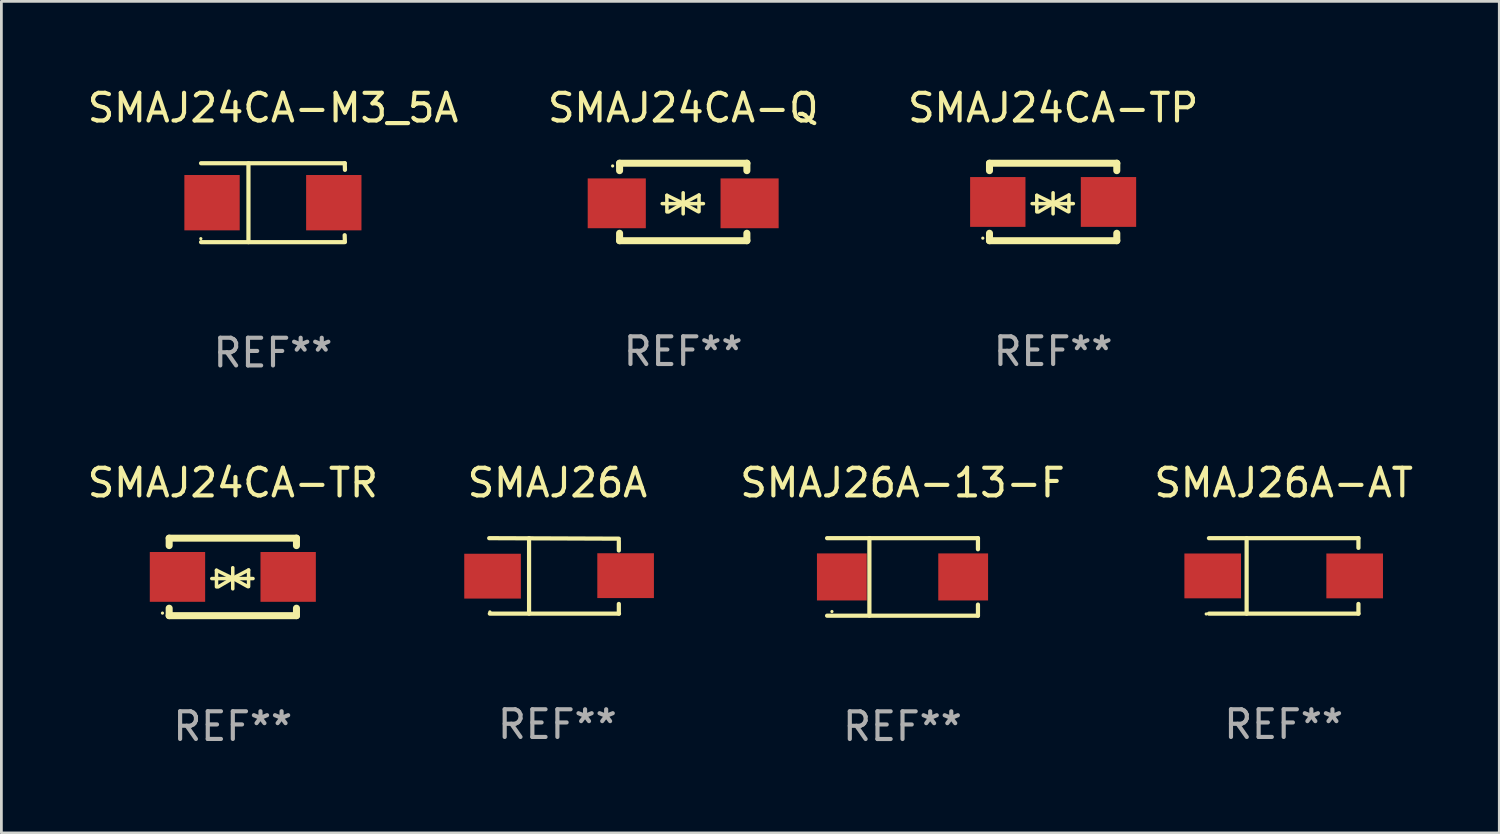
<source format=kicad_pcb>
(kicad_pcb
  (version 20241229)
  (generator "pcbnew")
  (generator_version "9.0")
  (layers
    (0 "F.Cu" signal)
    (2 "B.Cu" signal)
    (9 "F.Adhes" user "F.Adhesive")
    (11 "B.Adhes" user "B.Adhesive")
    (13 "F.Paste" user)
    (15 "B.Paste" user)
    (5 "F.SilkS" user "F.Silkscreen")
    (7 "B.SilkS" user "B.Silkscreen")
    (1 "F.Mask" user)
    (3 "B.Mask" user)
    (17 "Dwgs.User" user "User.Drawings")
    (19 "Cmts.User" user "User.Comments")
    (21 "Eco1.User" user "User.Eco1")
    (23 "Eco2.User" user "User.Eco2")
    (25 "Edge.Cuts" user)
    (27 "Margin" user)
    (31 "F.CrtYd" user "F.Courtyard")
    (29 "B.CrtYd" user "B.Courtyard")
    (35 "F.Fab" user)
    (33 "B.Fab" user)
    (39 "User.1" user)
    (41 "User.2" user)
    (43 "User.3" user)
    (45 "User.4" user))
  (footprint "SMAJ26A-13-F"
    (layer "F.Cu")
    (at 29.563 17.798)
    (property "Reference" "SMAJ26A-13-F" (at 0 -3.401 0) (layer "F.SilkS") (effects (font (size 1 1) (thickness 0.15))))
    (attr through_hole)
    (fp_line (start -2.726 -1.401) (end 2.726 -1.401) (stroke (width 0.152) (type solid)) (layer "F.SilkS"))
    (fp_line (start -2.726 1.401) (end 2.726 1.401) (stroke (width 0.152) (type solid)) (layer "F.SilkS"))
    (fp_line (start -1.197 -1.401) (end -1.197 1.401) (stroke (width 0.152) (type solid)) (layer "F.SilkS"))
    (fp_line (start 2.726 -1.401) (end 2.726 -1) (stroke (width 0.152) (type solid)) (layer "F.SilkS"))
    (fp_line (start 2.726 1.401) (end 2.726 1) (stroke (width 0.152) (type solid)) (layer "F.SilkS"))
    (fp_circle (center -2.55 1.25) (end -2.52 1.25) (stroke (width 0.06) (type solid)) (fill no) (layer "F.SilkS"))
    (fp_text user "REF**" (at 0 5.401 0) (layer "F.Fab") (effects (font (size 1 1) (thickness 0.15))))
    (pad "1" smd rect (at -2.192 0) (size 1.8 1.7) (layers "F.Cu" "F.Mask" "F.Paste"))
    (pad "2" smd rect (at 2.192 0) (size 1.8 1.7) (layers "F.Cu" "F.Mask" "F.Paste")))
  (footprint "SMAJ24CA-TR"
    (layer "F.Cu")
    (at 5.363 17.797)
    (property "Reference" "SMAJ24CA-TR" (at 0 -3.4 0) (layer "F.SilkS") (effects (font (size 1 1) (thickness 0.15))))
    (attr through_hole)
    (fp_line (start -2.3 -1.4) (end -2.3 -1.131) (stroke (width 0.254) (type solid)) (layer "F.SilkS"))
    (fp_line (start -2.3 -1.4) (end 2.3 -1.4) (stroke (width 0.254) (type solid)) (layer "F.SilkS"))
    (fp_line (start -2.3 1.131) (end -2.3 1.4) (stroke (width 0.254) (type solid)) (layer "F.SilkS"))
    (fp_line (start -2.3 1.4) (end 2.3 1.4) (stroke (width 0.254) (type solid)) (layer "F.SilkS"))
    (fp_line (start -0.76 0.06) (end 0.73 0.06) (stroke (width 0.127) (type solid)) (layer "F.SilkS"))
    (fp_line (start -0.59 -0.24) (end -0.59 0.36) (stroke (width 0.127) (type solid)) (layer "F.SilkS"))
    (fp_line (start -0.59 -0.24) (end -0.002 0.049) (stroke (width 0.127) (type solid)) (layer "F.SilkS"))
    (fp_line (start -0.53 0.36) (end -0.002 0.049) (stroke (width 0.127) (type solid)) (layer "F.SilkS"))
    (fp_line (start -0.002 0.049) (end -0.002 -0.332) (stroke (width 0.127) (type solid)) (layer "F.SilkS"))
    (fp_line (start -0.002 0.049) (end -0.002 0.43) (stroke (width 0.127) (type solid)) (layer "F.SilkS"))
    (fp_line (start 0.54 0.35) (end -0.002 0.049) (stroke (width 0.127) (type solid)) (layer "F.SilkS"))
    (fp_line (start 0.57 -0.25) (end -0.002 0.049) (stroke (width 0.127) (type solid)) (layer "F.SilkS"))
    (fp_line (start 0.57 -0.25) (end 0.57 0.35) (stroke (width 0.127) (type solid)) (layer "F.SilkS"))
    (fp_line (start 2.3 -1.4) (end 2.3 -1.131) (stroke (width 0.254) (type solid)) (layer "F.SilkS"))
    (fp_line (start 2.3 1.131) (end 2.3 1.4) (stroke (width 0.254) (type solid)) (layer "F.SilkS"))
    (fp_circle (center -2.542 1.308) (end -2.512 1.308) (stroke (width 0.06) (type solid)) (fill no) (layer "F.SilkS"))
    (fp_text user "REF**" (at 0 5.4 0) (layer "F.Fab") (effects (font (size 1 1) (thickness 0.15))))
    (pad "1" smd rect (at -2 0) (size 2 1.8) (layers "F.Cu" "F.Mask" "F.Paste"))
    (pad "2" smd rect (at 2 0) (size 2 1.8) (layers "F.Cu" "F.Mask" "F.Paste")))
  (footprint "SMAJ24CA-M3_5A"
    (layer "F.Cu")
    (at 6.815 4.274)
    (property "Reference" "SMAJ24CA-M3_5A" (at 0 -3.426 0) (layer "F.SilkS") (effects (font (size 1 1) (thickness 0.15))))
    (attr through_hole)
    (fp_line (start -2.6 -1.426) (end 2.593 -1.426) (stroke (width 0.152) (type solid)) (layer "F.SilkS"))
    (fp_line (start -2.6 1.426) (end 2.593 1.426) (stroke (width 0.152) (type solid)) (layer "F.SilkS"))
    (fp_line (start -0.887 -1.426) (end -0.887 1.426) (stroke (width 0.152) (type solid)) (layer "F.SilkS"))
    (fp_line (start 2.59 1.176) (end 2.597 1.415) (stroke (width 0.152) (type solid)) (layer "F.SilkS"))
    (fp_line (start 2.593 -1.426) (end 2.6 -1.187) (stroke (width 0.152) (type solid)) (layer "F.SilkS"))
    (fp_circle (center -2.608 1.3) (end -2.578 1.3) (stroke (width 0.06) (type solid)) (fill no) (layer "F.SilkS"))
    (fp_text user "REF**" (at 0 5.426 0) (layer "F.Fab") (effects (font (size 1 1) (thickness 0.15))))
    (pad "1" smd rect (at -2.203 0 180) (size 2 2) (layers "F.Cu" "F.Mask" "F.Paste"))
    (pad "2" smd rect (at 2.197 0 180) (size 2 2) (layers "F.Cu" "F.Mask" "F.Paste")))
  (footprint "SMAJ24CA-Q"
    (layer "F.Cu")
    (at 21.637 4.248)
    (property "Reference" "SMAJ24CA-Q" (at 0 -3.4 0) (layer "F.SilkS") (effects (font (size 1 1) (thickness 0.15))))
    (attr through_hole)
    (fp_line (start -2.298 -1.4) (end -2.298 -1.131) (stroke (width 0.254) (type solid)) (layer "F.SilkS"))
    (fp_line (start -2.298 -1.4) (end 2.302 -1.4) (stroke (width 0.254) (type solid)) (layer "F.SilkS"))
    (fp_line (start -2.298 1.131) (end -2.298 1.4) (stroke (width 0.254) (type solid)) (layer "F.SilkS"))
    (fp_line (start -2.298 1.4) (end 2.302 1.4) (stroke (width 0.254) (type solid)) (layer "F.SilkS"))
    (fp_line (start -0.758 0.06) (end 0.732 0.06) (stroke (width 0.127) (type solid)) (layer "F.SilkS"))
    (fp_line (start -0.588 -0.24) (end -0.588 0.36) (stroke (width 0.127) (type solid)) (layer "F.SilkS"))
    (fp_line (start -0.588 -0.24) (end 0.000025 0.049) (stroke (width 0.127) (type solid)) (layer "F.SilkS"))
    (fp_line (start -0.528 0.36) (end 0.000025 0.049) (stroke (width 0.127) (type solid)) (layer "F.SilkS"))
    (fp_line (start 0.000025 0.049) (end 0.000025 -0.332) (stroke (width 0.127) (type solid)) (layer "F.SilkS"))
    (fp_line (start 0.000025 0.049) (end 0.000025 0.43) (stroke (width 0.127) (type solid)) (layer "F.SilkS"))
    (fp_line (start 0.542 0.35) (end 0.000025 0.049) (stroke (width 0.127) (type solid)) (layer "F.SilkS"))
    (fp_line (start 0.572 -0.25) (end 0.000025 0.049) (stroke (width 0.127) (type solid)) (layer "F.SilkS"))
    (fp_line (start 0.572 -0.25) (end 0.572 0.35) (stroke (width 0.127) (type solid)) (layer "F.SilkS"))
    (fp_line (start 2.302 -1.4) (end 2.302 -1.131) (stroke (width 0.254) (type solid)) (layer "F.SilkS"))
    (fp_line (start 2.302 1.131) (end 2.302 1.4) (stroke (width 0.254) (type solid)) (layer "F.SilkS"))
    (fp_circle (center -2.549 -1.301) (end -2.519 -1.301) (stroke (width 0.06) (type solid)) (fill no) (layer "F.SilkS"))
    (fp_text user "REF**" (at 0 5.4 0) (layer "F.Fab") (effects (font (size 1 1) (thickness 0.15))))
    (pad "1" smd rect (at -2.4 0.049) (size 2.1 1.8) (layers "F.Cu" "F.Mask" "F.Paste"))
    (pad "2" smd rect (at 2.4 0.049) (size 2.1 1.8) (layers "F.Cu" "F.Mask" "F.Paste")))
  (footprint "SMAJ24CA-TP"
    (layer "F.Cu")
    (at 35.006 4.248)
    (property "Reference" "SMAJ24CA-TP" (at 0 -3.4 0) (layer "F.SilkS") (effects (font (size 1 1) (thickness 0.15))))
    (attr through_hole)
    (fp_line (start -2.3 -1.4) (end -2.3 -1.131) (stroke (width 0.254) (type solid)) (layer "F.SilkS"))
    (fp_line (start -2.3 -1.4) (end 2.3 -1.4) (stroke (width 0.254) (type solid)) (layer "F.SilkS"))
    (fp_line (start -2.3 1.131) (end -2.3 1.4) (stroke (width 0.254) (type solid)) (layer "F.SilkS"))
    (fp_line (start -2.3 1.4) (end 2.3 1.4) (stroke (width 0.254) (type solid)) (layer "F.SilkS"))
    (fp_line (start -0.76 0.06) (end 0.73 0.06) (stroke (width 0.127) (type solid)) (layer "F.SilkS"))
    (fp_line (start -0.59 -0.24) (end -0.59 0.36) (stroke (width 0.127) (type solid)) (layer "F.SilkS"))
    (fp_line (start -0.59 -0.24) (end -0.002 0.049) (stroke (width 0.127) (type solid)) (layer "F.SilkS"))
    (fp_line (start -0.53 0.36) (end -0.002 0.049) (stroke (width 0.127) (type solid)) (layer "F.SilkS"))
    (fp_line (start -0.002 0.049) (end -0.002 -0.332) (stroke (width 0.127) (type solid)) (layer "F.SilkS"))
    (fp_line (start -0.002 0.049) (end -0.002 0.43) (stroke (width 0.127) (type solid)) (layer "F.SilkS"))
    (fp_line (start 0.54 0.35) (end -0.002 0.049) (stroke (width 0.127) (type solid)) (layer "F.SilkS"))
    (fp_line (start 0.57 -0.25) (end -0.002 0.049) (stroke (width 0.127) (type solid)) (layer "F.SilkS"))
    (fp_line (start 0.57 -0.25) (end 0.57 0.35) (stroke (width 0.127) (type solid)) (layer "F.SilkS"))
    (fp_line (start 2.3 -1.4) (end 2.3 -1.131) (stroke (width 0.254) (type solid)) (layer "F.SilkS"))
    (fp_line (start 2.3 1.131) (end 2.3 1.4) (stroke (width 0.254) (type solid)) (layer "F.SilkS"))
    (fp_circle (center -2.542 1.308) (end -2.512 1.308) (stroke (width 0.06) (type solid)) (fill no) (layer "F.SilkS"))
    (fp_text user "REF**" (at 0 5.4 0) (layer "F.Fab") (effects (font (size 1 1) (thickness 0.15))))
    (pad "1" smd rect (at -2 0) (size 2 1.8) (layers "F.Cu" "F.Mask" "F.Paste"))
    (pad "2" smd rect (at 2 0) (size 2 1.8) (layers "F.Cu" "F.Mask" "F.Paste")))
  (footprint "SMAJ26A"
    (layer "F.Cu")
    (at 17.092 17.761)
    (property "Reference" "SMAJ26A" (at 0 -3.364 0) (layer "F.SilkS") (effects (font (size 1 1) (thickness 0.15))))
    (attr through_hole)
    (fp_line (start -2.465 -1.364) (end 2.22 -1.346) (stroke (width 0.152) (type solid)) (layer "F.SilkS"))
    (fp_line (start -2.442 1.364) (end 2.226 1.364) (stroke (width 0.152) (type solid)) (layer "F.SilkS"))
    (fp_line (start -1.024 -1.364) (end -1.024 1.364) (stroke (width 0.152) (type solid)) (layer "F.SilkS"))
    (fp_line (start 2.22 -1.27) (end 2.22 -0.919) (stroke (width 0.152) (type solid)) (layer "F.SilkS"))
    (fp_line (start 2.22 1.364) (end 2.22 1.013) (stroke (width 0.152) (type solid)) (layer "F.SilkS"))
    (fp_circle (center -2.439 1.3) (end -2.409 1.3) (stroke (width 0.06) (type solid)) (fill no) (layer "F.SilkS"))
    (fp_text user "REF**" (at 0 5.364 0) (layer "F.Fab") (effects (font (size 1 1) (thickness 0.15))))
    (pad "1" smd rect (at -2.343 0.009) (size 2.046 1.62) (layers "F.Cu" "F.Mask" "F.Paste"))
    (pad "2" smd rect (at 2.465 -0.009 180) (size 2.046 1.62) (layers "F.Cu" "F.Mask" "F.Paste")))
  (footprint "SMAJ26A-AT"
    (layer "F.Cu")
    (at 43.337 17.761)
    (property "Reference" "SMAJ26A-AT" (at 0 -3.364 0) (layer "F.SilkS") (effects (font (size 1 1) (thickness 0.15))))
    (attr through_hole)
    (fp_line (start -2.701 -1.364) (end 2.701 -1.364) (stroke (width 0.152) (type solid)) (layer "F.SilkS"))
    (fp_line (start -2.701 1.364) (end 2.701 1.364) (stroke (width 0.152) (type solid)) (layer "F.SilkS"))
    (fp_line (start -1.339 -1.364) (end -1.339 1.364) (stroke (width 0.152) (type solid)) (layer "F.SilkS"))
    (fp_line (start 2.701 -1.364) (end 2.701 -1.013) (stroke (width 0.152) (type solid)) (layer "F.SilkS"))
    (fp_line (start 2.701 1.364) (end 2.701 1.013) (stroke (width 0.152) (type solid)) (layer "F.SilkS"))
    (fp_circle (center -2.8 1.375) (end -2.77 1.375) (stroke (width 0.06) (type solid)) (fill no) (layer "F.SilkS"))
    (fp_text user "REF**" (at 0 5.364 0) (layer "F.Fab") (effects (font (size 1 1) (thickness 0.15))))
    (pad "1" smd rect (at -2.565 -0.000025) (size 2.046 1.62) (layers "F.Cu" "F.Mask" "F.Paste"))
    (pad "2" smd rect (at 2.565 -0.000025) (size 2.046 1.62) (layers "F.Cu" "F.Mask" "F.Paste")))
  (gr_rect
    (start -3 -3)
    (end 51.128 27.048)
    (stroke (width 0.1) (type default))
    (fill no)
    (layer "Edge.Cuts")))
</source>
